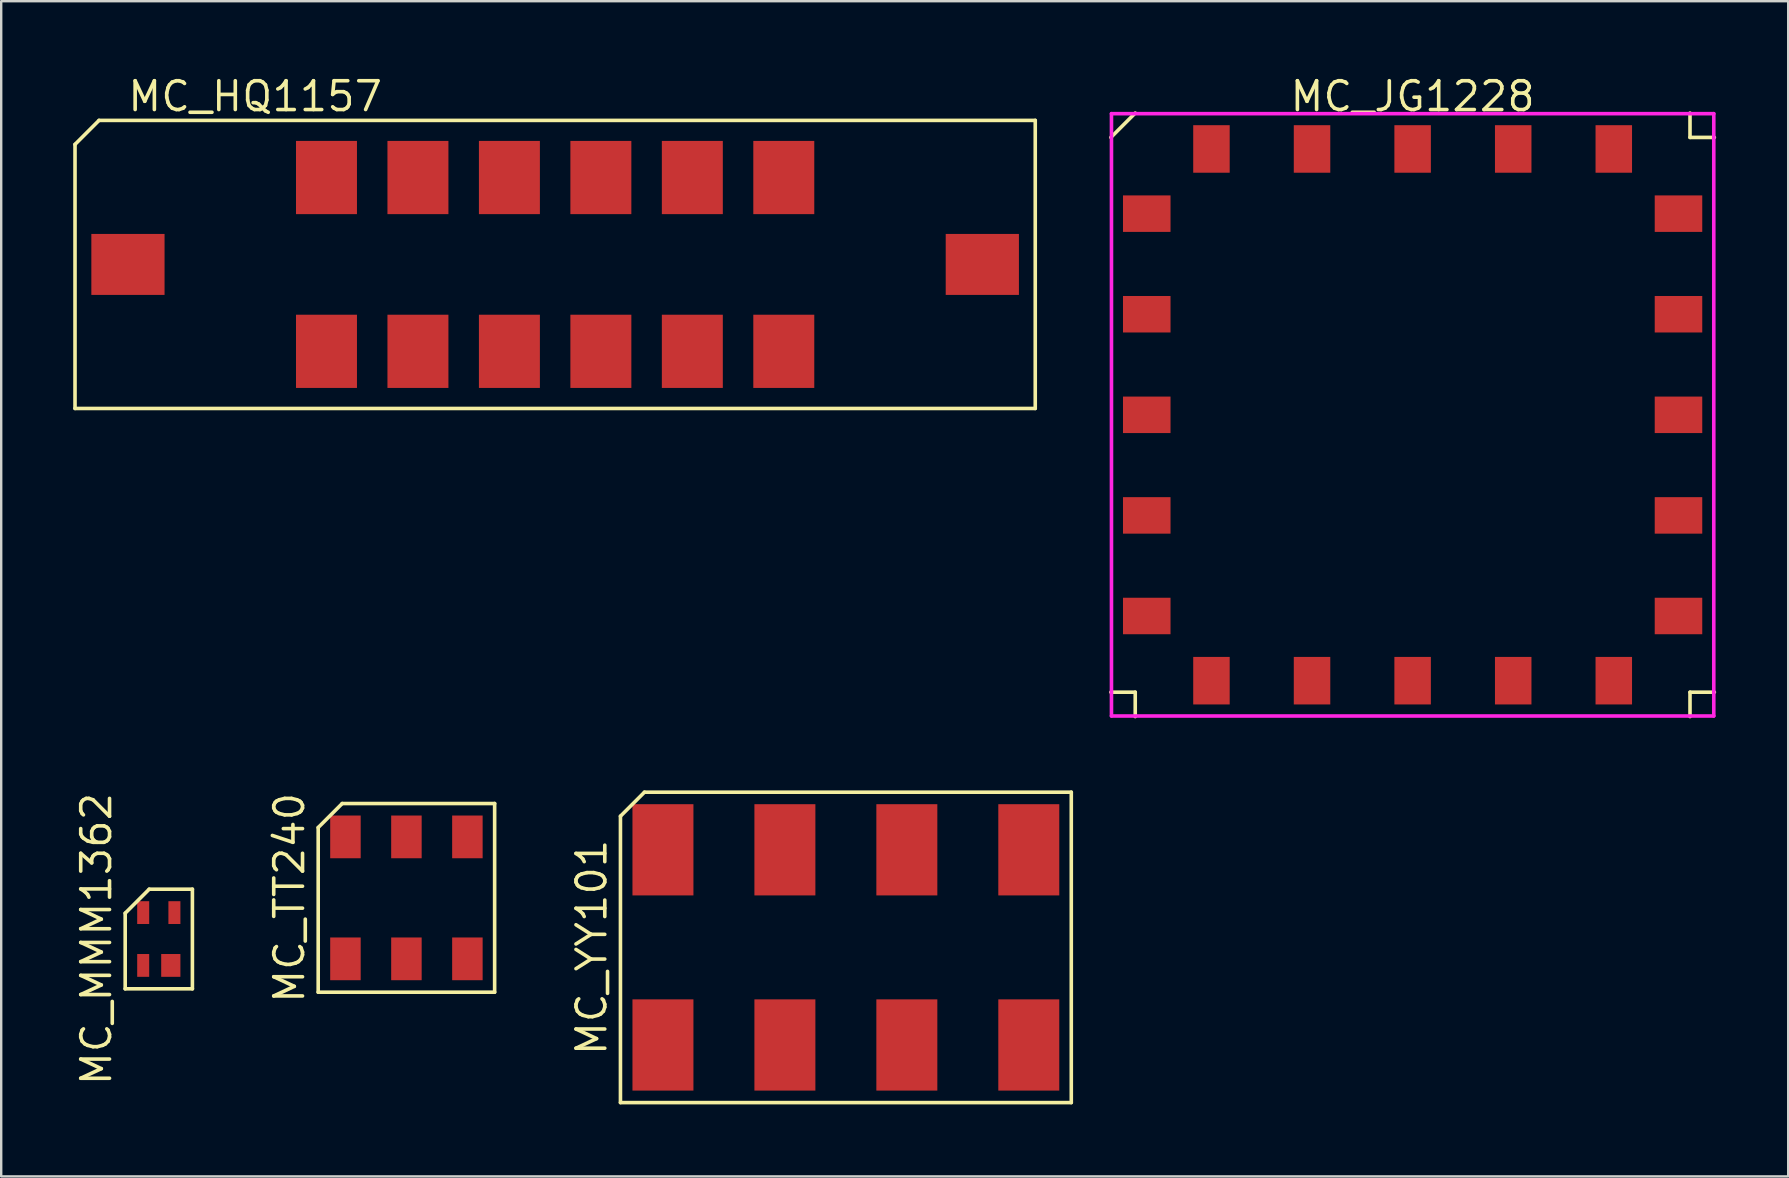
<source format=kicad_pcb>
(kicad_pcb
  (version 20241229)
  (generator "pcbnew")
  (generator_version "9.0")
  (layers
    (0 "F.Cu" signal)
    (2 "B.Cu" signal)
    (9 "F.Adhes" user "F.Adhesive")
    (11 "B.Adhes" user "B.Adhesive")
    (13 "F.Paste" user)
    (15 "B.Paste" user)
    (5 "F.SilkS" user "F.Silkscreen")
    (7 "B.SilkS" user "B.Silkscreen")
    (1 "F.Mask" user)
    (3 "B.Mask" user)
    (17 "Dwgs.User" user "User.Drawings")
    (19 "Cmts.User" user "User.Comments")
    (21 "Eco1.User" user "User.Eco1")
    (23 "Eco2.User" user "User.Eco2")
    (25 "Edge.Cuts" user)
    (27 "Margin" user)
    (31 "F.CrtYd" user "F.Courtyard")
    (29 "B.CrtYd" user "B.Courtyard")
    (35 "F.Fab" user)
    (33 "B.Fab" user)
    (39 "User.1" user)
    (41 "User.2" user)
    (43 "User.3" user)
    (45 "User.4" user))
  (footprint "MC_MMM1362"
    (layer "F.Cu")
    (at 3.565 36.066)
    (property "Reference" "MC_MMM1362" (at -2.6 0 90) (layer "F.SilkS") (effects (font (size 1.2 1.2) (thickness 0.15))))
    (attr through_hole)
    (fp_line (start -1.4 -1.075) (end -1.4 2.075) (stroke (width 0.15) (type solid)) (layer "F.SilkS"))
    (fp_line (start -1.4 2.075) (end 1.4 2.075) (stroke (width 0.15) (type solid)) (layer "F.SilkS"))
    (fp_line (start -0.4 -2.075) (end -1.4 -1.075) (stroke (width 0.15) (type solid)) (layer "F.SilkS"))
    (fp_line (start 1.4 -2.075) (end -0.4 -2.075) (stroke (width 0.15) (type solid)) (layer "F.SilkS"))
    (fp_line (start 1.4 2.075) (end 1.4 -2.075) (stroke (width 0.15) (type solid)) (layer "F.SilkS"))
    (pad "1" smd rect (at -0.65 1.1) (size 0.5 0.95) (layers "F.Cu" "F.Mask" "F.Paste"))
    (pad "2" smd rect (at 0.5 1.1) (size 0.8 0.95) (layers "F.Cu" "F.Mask" "F.Paste"))
    (pad "3" smd rect (at 0.65 -1.1) (size 0.5 0.95) (layers "F.Cu" "F.Mask" "F.Paste"))
    (pad "4" smd rect (at -0.65 -1.1) (size 0.5 0.95) (layers "F.Cu" "F.Mask" "F.Paste")))
  (footprint "MC_TT240"
    (layer "F.Cu")
    (at 13.88 34.352)
    (property "Reference" "MC_TT240" (at -4.875 0 90) (layer "F.SilkS") (effects (font (size 1.2 1.2) (thickness 0.15))))
    (attr through_hole)
    (fp_line (start -3.675 -2.93) (end -3.675 3.93) (stroke (width 0.15) (type solid)) (layer "F.SilkS"))
    (fp_line (start -3.675 3.93) (end 3.675 3.93) (stroke (width 0.15) (type solid)) (layer "F.SilkS"))
    (fp_line (start -2.675 -3.93) (end -3.675 -2.93) (stroke (width 0.15) (type solid)) (layer "F.SilkS"))
    (fp_line (start 3.675 -3.93) (end -2.675 -3.93) (stroke (width 0.15) (type solid)) (layer "F.SilkS"))
    (fp_line (start 3.675 3.93) (end 3.675 -3.93) (stroke (width 0.15) (type solid)) (layer "F.SilkS"))
    (pad "1" smd rect (at -2.54 2.54) (size 1.27 1.78) (layers "F.Cu" "F.Mask" "F.Paste"))
    (pad "2" smd rect (at 0 2.54) (size 1.27 1.78) (layers "F.Cu" "F.Mask" "F.Paste"))
    (pad "3" smd rect (at 2.54 2.54) (size 1.27 1.78) (layers "F.Cu" "F.Mask" "F.Paste"))
    (pad "4" smd rect (at 2.54 -2.54) (size 1.27 1.78) (layers "F.Cu" "F.Mask" "F.Paste"))
    (pad "5" smd rect (at 0 -2.54) (size 1.27 1.78) (layers "F.Cu" "F.Mask" "F.Paste"))
    (pad "6" smd rect (at -2.54 -2.54) (size 1.27 1.78) (layers "F.Cu" "F.Mask" "F.Paste")))
  (footprint "MC_HQ1157"
    (layer "F.Cu")
    (at 20.075 7.965)
    (property "Reference" "MC_HQ1157" (at -12.495 -7 180) (layer "F.SilkS") (effects (font (size 1.2 1.2) (thickness 0.15))))
    (attr through_hole)
    (fp_line (start -20 -5) (end -20 6) (stroke (width 0.15) (type solid)) (layer "F.SilkS"))
    (fp_line (start -20 6) (end 20 6) (stroke (width 0.15) (type solid)) (layer "F.SilkS"))
    (fp_line (start -19 -6) (end -20 -5) (stroke (width 0.15) (type solid)) (layer "F.SilkS"))
    (fp_line (start 20 -6) (end -19 -6) (stroke (width 0.15) (type solid)) (layer "F.SilkS"))
    (fp_line (start 20 6) (end 20 -6) (stroke (width 0.15) (type solid)) (layer "F.SilkS"))
    (pad "1" smd rect (at -17.795 0) (size 3.05 2.54) (layers "F.Cu" "F.Mask" "F.Paste"))
    (pad "2" smd rect (at -9.525 3.62) (size 2.54 3.05) (layers "F.Cu" "F.Mask" "F.Paste"))
    (pad "3" smd rect (at -5.715 3.62) (size 2.54 3.05) (layers "F.Cu" "F.Mask" "F.Paste"))
    (pad "4" smd rect (at -1.905 3.62) (size 2.54 3.05) (layers "F.Cu" "F.Mask" "F.Paste"))
    (pad "5" smd rect (at 1.905 3.62) (size 2.54 3.05) (layers "F.Cu" "F.Mask" "F.Paste"))
    (pad "6" smd rect (at 5.715 3.62) (size 2.54 3.05) (layers "F.Cu" "F.Mask" "F.Paste"))
    (pad "7" smd rect (at 9.525 3.62) (size 2.54 3.05) (layers "F.Cu" "F.Mask" "F.Paste"))
    (pad "8" smd rect (at 17.795 0) (size 3.05 2.54) (layers "F.Cu" "F.Mask" "F.Paste"))
    (pad "9" smd rect (at 9.525 -3.62) (size 2.54 3.05) (layers "F.Cu" "F.Mask" "F.Paste"))
    (pad "10" smd rect (at 5.715 -3.62) (size 2.54 3.05) (layers "F.Cu" "F.Mask" "F.Paste"))
    (pad "11" smd rect (at 1.905 -3.62) (size 2.54 3.05) (layers "F.Cu" "F.Mask" "F.Paste"))
    (pad "12" smd rect (at -1.905 -3.62) (size 2.54 3.05) (layers "F.Cu" "F.Mask" "F.Paste"))
    (pad "13" smd rect (at -5.715 -3.62) (size 2.54 3.05) (layers "F.Cu" "F.Mask" "F.Paste"))
    (pad "14" smd rect (at -9.525 -3.62) (size 2.54 3.05) (layers "F.Cu" "F.Mask" "F.Paste")))
  (footprint "MC_YY101"
    (layer "F.Cu")
    (at 32.186 36.415)
    (property "Reference" "MC_YY101" (at -10.59 0 90) (layer "F.SilkS") (effects (font (size 1.2 1.2) (thickness 0.15))))
    (attr through_hole)
    (fp_line (start -9.39 -5.465) (end -9.39 6.465) (stroke (width 0.15) (type solid)) (layer "F.SilkS"))
    (fp_line (start -9.39 6.465) (end 9.39 6.465) (stroke (width 0.15) (type solid)) (layer "F.SilkS"))
    (fp_line (start -8.39 -6.465) (end -9.39 -5.465) (stroke (width 0.15) (type solid)) (layer "F.SilkS"))
    (fp_line (start 9.39 -6.465) (end -8.39 -6.465) (stroke (width 0.15) (type solid)) (layer "F.SilkS"))
    (fp_line (start 9.39 6.465) (end 9.39 -6.465) (stroke (width 0.15) (type solid)) (layer "F.SilkS"))
    (pad "1" smd rect (at -7.62 4.065) (size 2.54 3.8) (layers "F.Cu" "F.Mask" "F.Paste"))
    (pad "2" smd rect (at -2.54 4.065) (size 2.54 3.8) (layers "F.Cu" "F.Mask" "F.Paste"))
    (pad "3" smd rect (at 2.54 4.065) (size 2.54 3.8) (layers "F.Cu" "F.Mask" "F.Paste"))
    (pad "4" smd rect (at 7.62 4.065) (size 2.54 3.8) (layers "F.Cu" "F.Mask" "F.Paste"))
    (pad "5" smd rect (at 7.62 -4.065) (size 2.54 3.8) (layers "F.Cu" "F.Mask" "F.Paste"))
    (pad "6" smd rect (at 2.54 -4.065) (size 2.54 3.8) (layers "F.Cu" "F.Mask" "F.Paste"))
    (pad "7" smd rect (at -2.54 -4.065) (size 2.54 3.8) (layers "F.Cu" "F.Mask" "F.Paste"))
    (pad "8" smd rect (at -7.62 -4.065) (size 2.54 3.8) (layers "F.Cu" "F.Mask" "F.Paste")))
  (footprint "MC_JG1228"
    (layer "F.Cu")
    (at 55.795 14.23)
    (property "Reference" "MC_JG1228" (at 0 -13.265 0) (layer "F.SilkS") (effects (font (size 1.2 1.2) (thickness 0.15))))
    (attr through_hole)
    (fp_line (start -12.57 11.555) (end -11.555 11.555) (stroke (width 0.15) (type solid)) (layer "F.SilkS"))
    (fp_line (start -11.555 -12.57) (end -12.57 -11.555) (stroke (width 0.15) (type solid)) (layer "F.SilkS"))
    (fp_line (start -11.555 11.555) (end -11.555 12.57) (stroke (width 0.15) (type solid)) (layer "F.SilkS"))
    (fp_line (start 11.555 -11.555) (end 11.555 -12.57) (stroke (width 0.15) (type solid)) (layer "F.SilkS"))
    (fp_line (start 11.555 11.555) (end 11.555 12.57) (stroke (width 0.15) (type solid)) (layer "F.SilkS"))
    (fp_line (start 12.57 -11.555) (end 11.555 -11.555) (stroke (width 0.15) (type solid)) (layer "F.SilkS"))
    (fp_line (start 12.57 11.555) (end 11.555 11.555) (stroke (width 0.15) (type solid)) (layer "F.SilkS"))
    (fp_line (start -12.545 -12.545) (end 12.545 -12.545) (stroke (width 0.15) (type solid)) (layer "F.CrtYd"))
    (fp_line (start -12.545 12.545) (end -12.545 -12.545) (stroke (width 0.15) (type solid)) (layer "F.CrtYd"))
    (fp_line (start 12.545 -12.545) (end 12.545 12.545) (stroke (width 0.15) (type solid)) (layer "F.CrtYd"))
    (fp_line (start 12.545 12.545) (end -12.545 12.545) (stroke (width 0.15) (type solid)) (layer "F.CrtYd"))
    (pad "1" smd rect (at -11.075 -8.38 90) (size 1.52 1.98) (layers "F.Cu" "F.Mask" "F.Paste"))
    (pad "2" smd rect (at -11.075 -4.19 90) (size 1.52 1.98) (layers "F.Cu" "F.Mask" "F.Paste"))
    (pad "3" smd rect (at -11.075 0 90) (size 1.52 1.98) (layers "F.Cu" "F.Mask" "F.Paste"))
    (pad "4" smd rect (at -11.075 4.19 90) (size 1.52 1.98) (layers "F.Cu" "F.Mask" "F.Paste"))
    (pad "5" smd rect (at -11.075 8.38 90) (size 1.52 1.98) (layers "F.Cu" "F.Mask" "F.Paste"))
    (pad "6" smd rect (at -8.38 11.075) (size 1.52 1.98) (layers "F.Cu" "F.Mask" "F.Paste"))
    (pad "7" smd rect (at -4.19 11.075) (size 1.52 1.98) (layers "F.Cu" "F.Mask" "F.Paste"))
    (pad "8" smd rect (at 0 11.075) (size 1.52 1.98) (layers "F.Cu" "F.Mask" "F.Paste"))
    (pad "9" smd rect (at 4.19 11.075) (size 1.52 1.98) (layers "F.Cu" "F.Mask" "F.Paste"))
    (pad "10" smd rect (at 8.38 11.075) (size 1.52 1.98) (layers "F.Cu" "F.Mask" "F.Paste"))
    (pad "11" smd rect (at 11.075 8.38 90) (size 1.52 1.98) (layers "F.Cu" "F.Mask" "F.Paste"))
    (pad "12" smd rect (at 11.075 4.19 90) (size 1.52 1.98) (layers "F.Cu" "F.Mask" "F.Paste"))
    (pad "13" smd rect (at 11.075 0 90) (size 1.52 1.98) (layers "F.Cu" "F.Mask" "F.Paste"))
    (pad "14" smd rect (at 11.075 -4.19 90) (size 1.52 1.98) (layers "F.Cu" "F.Mask" "F.Paste"))
    (pad "15" smd rect (at 11.075 -8.38 90) (size 1.52 1.98) (layers "F.Cu" "F.Mask" "F.Paste"))
    (pad "16" smd rect (at 8.38 -11.075) (size 1.52 1.98) (layers "F.Cu" "F.Mask" "F.Paste"))
    (pad "17" smd rect (at 4.19 -11.075) (size 1.52 1.98) (layers "F.Cu" "F.Mask" "F.Paste"))
    (pad "18" smd rect (at 0 -11.075) (size 1.52 1.98) (layers "F.Cu" "F.Mask" "F.Paste"))
    (pad "19" smd rect (at -4.19 -11.075) (size 1.52 1.98) (layers "F.Cu" "F.Mask" "F.Paste"))
    (pad "20" smd rect (at -8.38 -11.075) (size 1.52 1.98) (layers "F.Cu" "F.Mask" "F.Paste")))
  (gr_rect
    (start -3 -3)
    (end 71.44 45.955)
    (stroke (width 0.1) (type default))
    (fill no)
    (layer "Edge.Cuts")))
</source>
